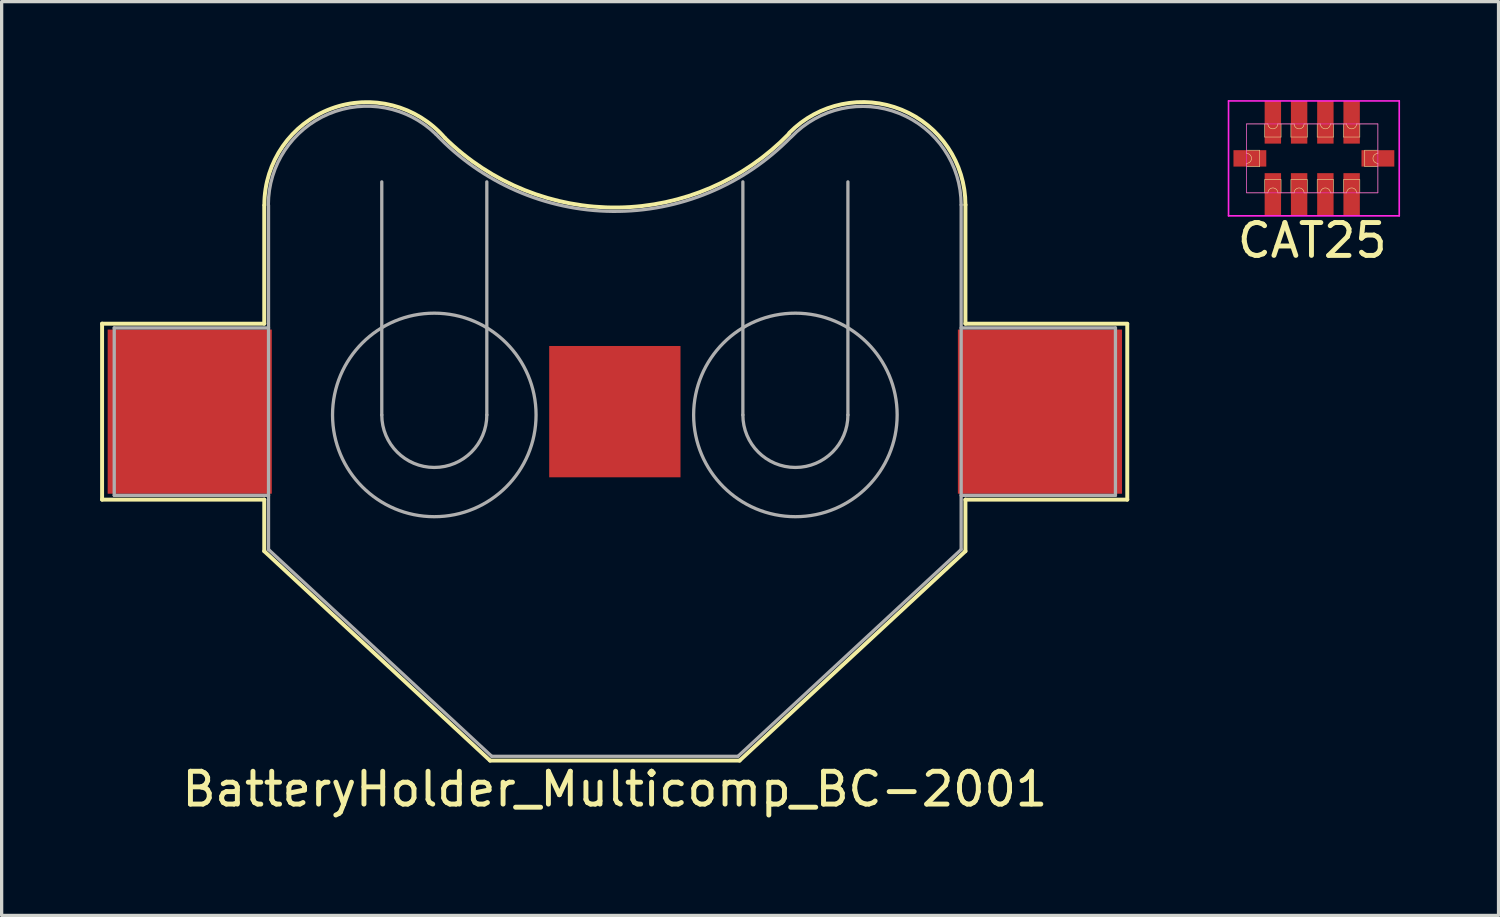
<source format=kicad_pcb>
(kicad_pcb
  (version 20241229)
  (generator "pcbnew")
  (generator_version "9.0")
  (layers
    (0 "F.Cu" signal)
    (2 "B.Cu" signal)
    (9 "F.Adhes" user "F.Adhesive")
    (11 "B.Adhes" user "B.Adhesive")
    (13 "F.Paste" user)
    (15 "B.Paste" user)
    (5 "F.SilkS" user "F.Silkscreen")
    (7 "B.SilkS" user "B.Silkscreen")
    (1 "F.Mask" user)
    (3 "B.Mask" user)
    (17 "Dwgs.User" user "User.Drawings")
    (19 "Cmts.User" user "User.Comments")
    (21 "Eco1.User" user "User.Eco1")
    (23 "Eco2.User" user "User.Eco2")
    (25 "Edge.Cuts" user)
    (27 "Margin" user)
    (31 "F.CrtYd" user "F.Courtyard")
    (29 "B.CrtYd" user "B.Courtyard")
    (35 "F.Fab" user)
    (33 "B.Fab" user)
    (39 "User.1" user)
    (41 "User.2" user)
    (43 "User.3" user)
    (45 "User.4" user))
  (footprint "CAT25"
    (layer "F.Cu")
    (at 36.925 1.775)
    (property "Reference" "CAT25" (at 0 2.5 0) (layer "F.SilkS") (effects (font (size 1 1) (thickness 0.15))))
    (attr smd)
    (fp_line (start -2 -1.05) (end -2 -0.15) (stroke (width 0.015) (type solid)) (layer "F.SilkS"))
    (fp_line (start -2 0.15) (end -2 1.05) (stroke (width 0.015) (type solid)) (layer "F.SilkS"))
    (fp_line (start -2 0.25) (end -1.6 0.25) (stroke (width 0.015) (type solid)) (layer "F.SilkS"))
    (fp_line (start -2 1.05) (end -1.35 1.05) (stroke (width 0.015) (type solid)) (layer "F.SilkS"))
    (fp_line (start -1.6 -0.25) (end -2 -0.25) (stroke (width 0.015) (type solid)) (layer "F.SilkS"))
    (fp_line (start -1.6 0.25) (end -1.6 -0.25) (stroke (width 0.015) (type solid)) (layer "F.SilkS"))
    (fp_line (start -1.45 -1.05) (end -1.45 -0.65) (stroke (width 0.015) (type solid)) (layer "F.SilkS"))
    (fp_line (start -1.45 -0.65) (end -0.95 -0.65) (stroke (width 0.015) (type solid)) (layer "F.SilkS"))
    (fp_line (start -1.45 0.65) (end -1.45 1.05) (stroke (width 0.015) (type solid)) (layer "F.SilkS"))
    (fp_line (start -1.35 -1.05) (end -2 -1.05) (stroke (width 0.015) (type solid)) (layer "F.SilkS"))
    (fp_line (start -1.05 1.05) (end -0.55 1.05) (stroke (width 0.015) (type solid)) (layer "F.SilkS"))
    (fp_line (start -0.95 -0.65) (end -0.95 -1.05) (stroke (width 0.015) (type solid)) (layer "F.SilkS"))
    (fp_line (start -0.95 0.65) (end -1.45 0.65) (stroke (width 0.015) (type solid)) (layer "F.SilkS"))
    (fp_line (start -0.95 1.05) (end -0.95 0.65) (stroke (width 0.015) (type solid)) (layer "F.SilkS"))
    (fp_line (start -0.65 -1.05) (end -0.65 -0.65) (stroke (width 0.015) (type solid)) (layer "F.SilkS"))
    (fp_line (start -0.65 -0.65) (end -0.15 -0.65) (stroke (width 0.015) (type solid)) (layer "F.SilkS"))
    (fp_line (start -0.65 0.65) (end -0.65 1.05) (stroke (width 0.015) (type solid)) (layer "F.SilkS"))
    (fp_line (start -0.55 -1.05) (end -1.05 -1.05) (stroke (width 0.015) (type solid)) (layer "F.SilkS"))
    (fp_line (start -0.25 1.05) (end 0.25 1.05) (stroke (width 0.015) (type solid)) (layer "F.SilkS"))
    (fp_line (start -0.15 -0.65) (end -0.15 -1.05) (stroke (width 0.015) (type solid)) (layer "F.SilkS"))
    (fp_line (start -0.15 0.65) (end -0.65 0.65) (stroke (width 0.015) (type solid)) (layer "F.SilkS"))
    (fp_line (start -0.15 1.05) (end -0.15 0.65) (stroke (width 0.015) (type solid)) (layer "F.SilkS"))
    (fp_line (start 0.15 -1.05) (end 0.15 -0.65) (stroke (width 0.015) (type solid)) (layer "F.SilkS"))
    (fp_line (start 0.15 -0.65) (end 0.65 -0.65) (stroke (width 0.015) (type solid)) (layer "F.SilkS"))
    (fp_line (start 0.15 0.65) (end 0.15 1.05) (stroke (width 0.015) (type solid)) (layer "F.SilkS"))
    (fp_line (start 0.25 -1.05) (end -0.25 -1.05) (stroke (width 0.015) (type solid)) (layer "F.SilkS"))
    (fp_line (start 0.55 1.05) (end 1.05 1.05) (stroke (width 0.015) (type solid)) (layer "F.SilkS"))
    (fp_line (start 0.65 -0.65) (end 0.65 -1.05) (stroke (width 0.015) (type solid)) (layer "F.SilkS"))
    (fp_line (start 0.65 0.65) (end 0.15 0.65) (stroke (width 0.015) (type solid)) (layer "F.SilkS"))
    (fp_line (start 0.65 1.05) (end 0.65 0.65) (stroke (width 0.015) (type solid)) (layer "F.SilkS"))
    (fp_line (start 0.95 -1.05) (end 0.95 -0.65) (stroke (width 0.015) (type solid)) (layer "F.SilkS"))
    (fp_line (start 0.95 -0.65) (end 1.45 -0.65) (stroke (width 0.015) (type solid)) (layer "F.SilkS"))
    (fp_line (start 0.95 0.65) (end 0.95 1.05) (stroke (width 0.015) (type solid)) (layer "F.SilkS"))
    (fp_line (start 1.05 -1.05) (end 0.55 -1.05) (stroke (width 0.015) (type solid)) (layer "F.SilkS"))
    (fp_line (start 1.35 1.05) (end 2 1.05) (stroke (width 0.015) (type solid)) (layer "F.SilkS"))
    (fp_line (start 1.45 -0.65) (end 1.45 -1.05) (stroke (width 0.015) (type solid)) (layer "F.SilkS"))
    (fp_line (start 1.45 0.65) (end 0.95 0.65) (stroke (width 0.015) (type solid)) (layer "F.SilkS"))
    (fp_line (start 1.45 1.05) (end 1.45 0.65) (stroke (width 0.015) (type solid)) (layer "F.SilkS"))
    (fp_line (start 1.6 -0.25) (end 1.6 0.25) (stroke (width 0.015) (type solid)) (layer "F.SilkS"))
    (fp_line (start 1.6 0.25) (end 2 0.25) (stroke (width 0.015) (type solid)) (layer "F.SilkS"))
    (fp_line (start 2 -1.05) (end 1.35 -1.05) (stroke (width 0.015) (type solid)) (layer "F.SilkS"))
    (fp_line (start 2 -0.25) (end 1.6 -0.25) (stroke (width 0.015) (type solid)) (layer "F.SilkS"))
    (fp_line (start 2 -0.15) (end 2 -1.05) (stroke (width 0.015) (type solid)) (layer "F.SilkS"))
    (fp_line (start 2 1.05) (end 2 0.15) (stroke (width 0.015) (type solid)) (layer "F.SilkS"))
    (fp_arc (start -2 -0.15) (mid -1.85 0) (end -2 0.15) (stroke (width 0.015) (type solid)) (layer "F.SilkS"))
    (fp_arc (start -1.35 1.05) (mid -1.2 0.9) (end -1.05 1.05) (stroke (width 0.015) (type solid)) (layer "F.SilkS"))
    (fp_arc (start -1.05 -1.05) (mid -1.2 -0.9) (end -1.35 -1.05) (stroke (width 0.015) (type solid)) (layer "F.SilkS"))
    (fp_arc (start -0.55 1.05) (mid -0.4 0.9) (end -0.25 1.05) (stroke (width 0.015) (type solid)) (layer "F.SilkS"))
    (fp_arc (start -0.25 -1.05) (mid -0.4 -0.9) (end -0.55 -1.05) (stroke (width 0.015) (type solid)) (layer "F.SilkS"))
    (fp_arc (start 0.25 1.05) (mid 0.4 0.9) (end 0.55 1.05) (stroke (width 0.015) (type solid)) (layer "F.SilkS"))
    (fp_arc (start 0.55 -1.05) (mid 0.4 -0.9) (end 0.25 -1.05) (stroke (width 0.015) (type solid)) (layer "F.SilkS"))
    (fp_arc (start 1.05 1.05) (mid 1.2 0.9) (end 1.35 1.05) (stroke (width 0.015) (type solid)) (layer "F.SilkS"))
    (fp_arc (start 1.35 -1.05) (mid 1.2 -0.9) (end 1.05 -1.05) (stroke (width 0.015) (type solid)) (layer "F.SilkS"))
    (fp_arc (start 2 0.15) (mid 1.85 0) (end 2 -0.15) (stroke (width 0.015) (type solid)) (layer "F.SilkS"))
    (fp_line (start -2.55 -1.75) (end 2.65 -1.75) (stroke (width 0.05) (type solid)) (layer "F.CrtYd"))
    (fp_line (start -2.55 1.75) (end -2.55 -1.75) (stroke (width 0.05) (type solid)) (layer "F.CrtYd"))
    (fp_line (start -2.55 1.75) (end 2.65 1.75) (stroke (width 0.05) (type solid)) (layer "F.CrtYd"))
    (fp_line (start -2 -1.05) (end -2 1.05) (stroke (width 0.015) (type solid)) (layer "F.CrtYd"))
    (fp_line (start -2 -1.05) (end 2 -1.05) (stroke (width 0.015) (type solid)) (layer "F.CrtYd"))
    (fp_line (start -2 1.05) (end 2 1.05) (stroke (width 0.015) (type solid)) (layer "F.CrtYd"))
    (fp_line (start 2 1.05) (end 2 -1.05) (stroke (width 0.015) (type solid)) (layer "F.CrtYd"))
    (fp_line (start 2.65 1.75) (end 2.65 -1.75) (stroke (width 0.05) (type solid)) (layer "F.CrtYd"))
    (pad "1" smd rect (at -1.2 1.1) (size 0.5 1.3) (layers "F.Cu" "F.Mask" "F.Paste"))
    (pad "2" smd rect (at -0.4 1.1) (size 0.5 1.3) (layers "F.Cu" "F.Mask" "F.Paste"))
    (pad "3" smd rect (at 0.4 1.1) (size 0.5 1.3) (layers "F.Cu" "F.Mask" "F.Paste"))
    (pad "4" smd rect (at 1.2 1.1) (size 0.5 1.3) (layers "F.Cu" "F.Mask" "F.Paste"))
    (pad "5" smd rect (at 1.2 -1.1) (size 0.5 1.3) (layers "F.Cu" "F.Mask" "F.Paste"))
    (pad "6" smd rect (at 0.4 -1.1) (size 0.5 1.3) (layers "F.Cu" "F.Mask" "F.Paste"))
    (pad "7" smd rect (at -0.4 -1.1) (size 0.5 1.3) (layers "F.Cu" "F.Mask" "F.Paste"))
    (pad "8" smd rect (at -1.2 -1.1) (size 0.5 1.3) (layers "F.Cu" "F.Mask" "F.Paste"))
    (pad "9" smd rect (at -1.9 0 90) (size 0.5 1) (layers "F.Cu" "F.Mask" "F.Paste"))
    (pad "10" smd rect (at 2 0 90) (size 0.5 1) (layers "F.Cu" "F.Mask" "F.Paste")))
  (footprint "BatteryHolder_Multicomp_BC-2001"
    (layer "F.Cu")
    (at 2.73 9.49)
    (property "Reference" "BatteryHolder_Multicomp_BC-2001" (at 12.95 11.5 0) (layer "F.SilkS") (effects (font (size 1 1) (thickness 0.15))))
    (attr smd)
    (fp_line (start -2.67 -2.68) (end 2.27 -2.68) (stroke (width 0.12) (type solid)) (layer "F.SilkS"))
    (fp_line (start -2.67 2.68) (end -2.67 -2.68) (stroke (width 0.12) (type solid)) (layer "F.SilkS"))
    (fp_line (start -2.67 2.68) (end 2.27 2.68) (stroke (width 0.12) (type solid)) (layer "F.SilkS"))
    (fp_line (start 2.27 -2.68) (end 2.27 -6.28) (stroke (width 0.12) (type solid)) (layer "F.SilkS"))
    (fp_line (start 2.27 2.68) (end 2.27 4.25) (stroke (width 0.12) (type solid)) (layer "F.SilkS"))
    (fp_line (start 2.27 4.25) (end 9.15 10.63) (stroke (width 0.12) (type solid)) (layer "F.SilkS"))
    (fp_line (start 16.75 10.63) (end 9.15 10.63) (stroke (width 0.12) (type solid)) (layer "F.SilkS"))
    (fp_line (start 23.63 -2.68) (end 23.63 -6.3) (stroke (width 0.12) (type solid)) (layer "F.SilkS"))
    (fp_line (start 23.63 2.68) (end 23.63 4.25) (stroke (width 0.12) (type solid)) (layer "F.SilkS"))
    (fp_line (start 23.63 2.68) (end 28.56 2.68) (stroke (width 0.12) (type solid)) (layer "F.SilkS"))
    (fp_line (start 23.63 4.25) (end 16.75 10.63) (stroke (width 0.12) (type solid)) (layer "F.SilkS"))
    (fp_line (start 28.56 2.68) (end 28.56 -2.67) (stroke (width 0.12) (type solid)) (layer "F.SilkS"))
    (fp_line (start 28.56 -2.68) (end 23.63 -2.68) (stroke (width 0.12) (type solid)) (layer "F.SilkS"))
    (fp_arc (start 2.272942 -6.3) (mid 4.312028 -9.23169) (end 7.769999 -8.339999) (stroke (width 0.12) (type solid)) (layer "F.SilkS"))
    (fp_arc (start 18.256422 -8.467392) (mid 13.046808 -6.218103) (end 7.780001 -8.330001) (stroke (width 0.12) (type solid)) (layer "F.SilkS"))
    (fp_arc (start 18.266452 -8.492753) (mid 21.684461 -9.197232) (end 23.63 -6.3) (stroke (width 0.12) (type solid)) (layer "F.SilkS"))
    (fp_line (start -2.3 -2.55) (end -2.3 2.55) (stroke (width 0.1) (type solid)) (layer "F.Fab"))
    (fp_line (start -2.3 -2.55) (end 2.4 -2.55) (stroke (width 0.1) (type solid)) (layer "F.Fab"))
    (fp_line (start -2.3 2.55) (end 2.4 2.55) (stroke (width 0.1) (type solid)) (layer "F.Fab"))
    (fp_line (start 2.4 -6.29) (end 2.4 4.2) (stroke (width 0.1) (type solid)) (layer "F.Fab"))
    (fp_line (start 2.4 4.2) (end 9.2 10.5) (stroke (width 0.1) (type solid)) (layer "F.Fab"))
    (fp_line (start 5.85 0.1) (end 5.85 -7) (stroke (width 0.1) (type solid)) (layer "F.Fab"))
    (fp_line (start 9.05 0.1) (end 9.05 -7) (stroke (width 0.1) (type solid)) (layer "F.Fab"))
    (fp_line (start 9.2 10.5) (end 16.7 10.5) (stroke (width 0.1) (type solid)) (layer "F.Fab"))
    (fp_line (start 16.85 0.1) (end 16.85 -7) (stroke (width 0.1) (type solid)) (layer "F.Fab"))
    (fp_line (start 20.05 0.1) (end 20.05 -7) (stroke (width 0.1) (type solid)) (layer "F.Fab"))
    (fp_line (start 23.5 -6.3) (end 23.5 4.2) (stroke (width 0.1) (type solid)) (layer "F.Fab"))
    (fp_line (start 23.5 -2.55) (end 28.2 -2.55) (stroke (width 0.1) (type solid)) (layer "F.Fab"))
    (fp_line (start 23.5 2.55) (end 28.2 2.55) (stroke (width 0.1) (type solid)) (layer "F.Fab"))
    (fp_line (start 23.5 4.2) (end 16.7 10.5) (stroke (width 0.1) (type solid)) (layer "F.Fab"))
    (fp_line (start 28.2 2.55) (end 28.2 -2.55) (stroke (width 0.1) (type solid)) (layer "F.Fab"))
    (fp_arc (start 2.39459 -6.3) (mid 4.233567 -9.069824) (end 7.499999 -8.449999) (stroke (width 0.1) (type solid)) (layer "F.Fab"))
    (fp_arc (start 9.05 0.1) (mid 7.45 1.7) (end 5.85 0.1) (stroke (width 0.1) (type solid)) (layer "F.Fab"))
    (fp_arc (start 18.301903 -8.348132) (mid 12.879289 -6.102001) (end 7.500001 -8.450001) (stroke (width 0.1) (type solid)) (layer "F.Fab"))
    (fp_arc (start 18.326326 -8.367641) (mid 21.613323 -9.085769) (end 23.5 -6.3) (stroke (width 0.1) (type solid)) (layer "F.Fab"))
    (fp_arc (start 20.05 0.1) (mid 18.45 1.7) (end 16.85 0.1) (stroke (width 0.1) (type solid)) (layer "F.Fab"))
    (fp_circle (center 7.45 0.1) (end 10.55 0.1) (stroke (width 0.1) (type solid)) (fill no) (layer "F.Fab"))
    (fp_circle (center 18.45 0.1) (end 21.55 0.1) (stroke (width 0.1) (type solid)) (fill no) (layer "F.Fab"))
    (pad "1" smd rect (at 0 0) (size 5 5) (layers "F.Cu" "F.Mask" "F.Paste"))
    (pad "1" smd rect (at 25.9 0) (size 5 5) (layers "F.Cu" "F.Mask" "F.Paste"))
    (pad "2" smd rect (at 12.95 0) (size 4 4) (layers "F.Cu" "F.Mask" "F.Paste")))
  (gr_rect
    (start -3 -3)
    (end 42.6 24.838)
    (stroke (width 0.1) (type default))
    (fill no)
    (layer "Edge.Cuts")))
</source>
